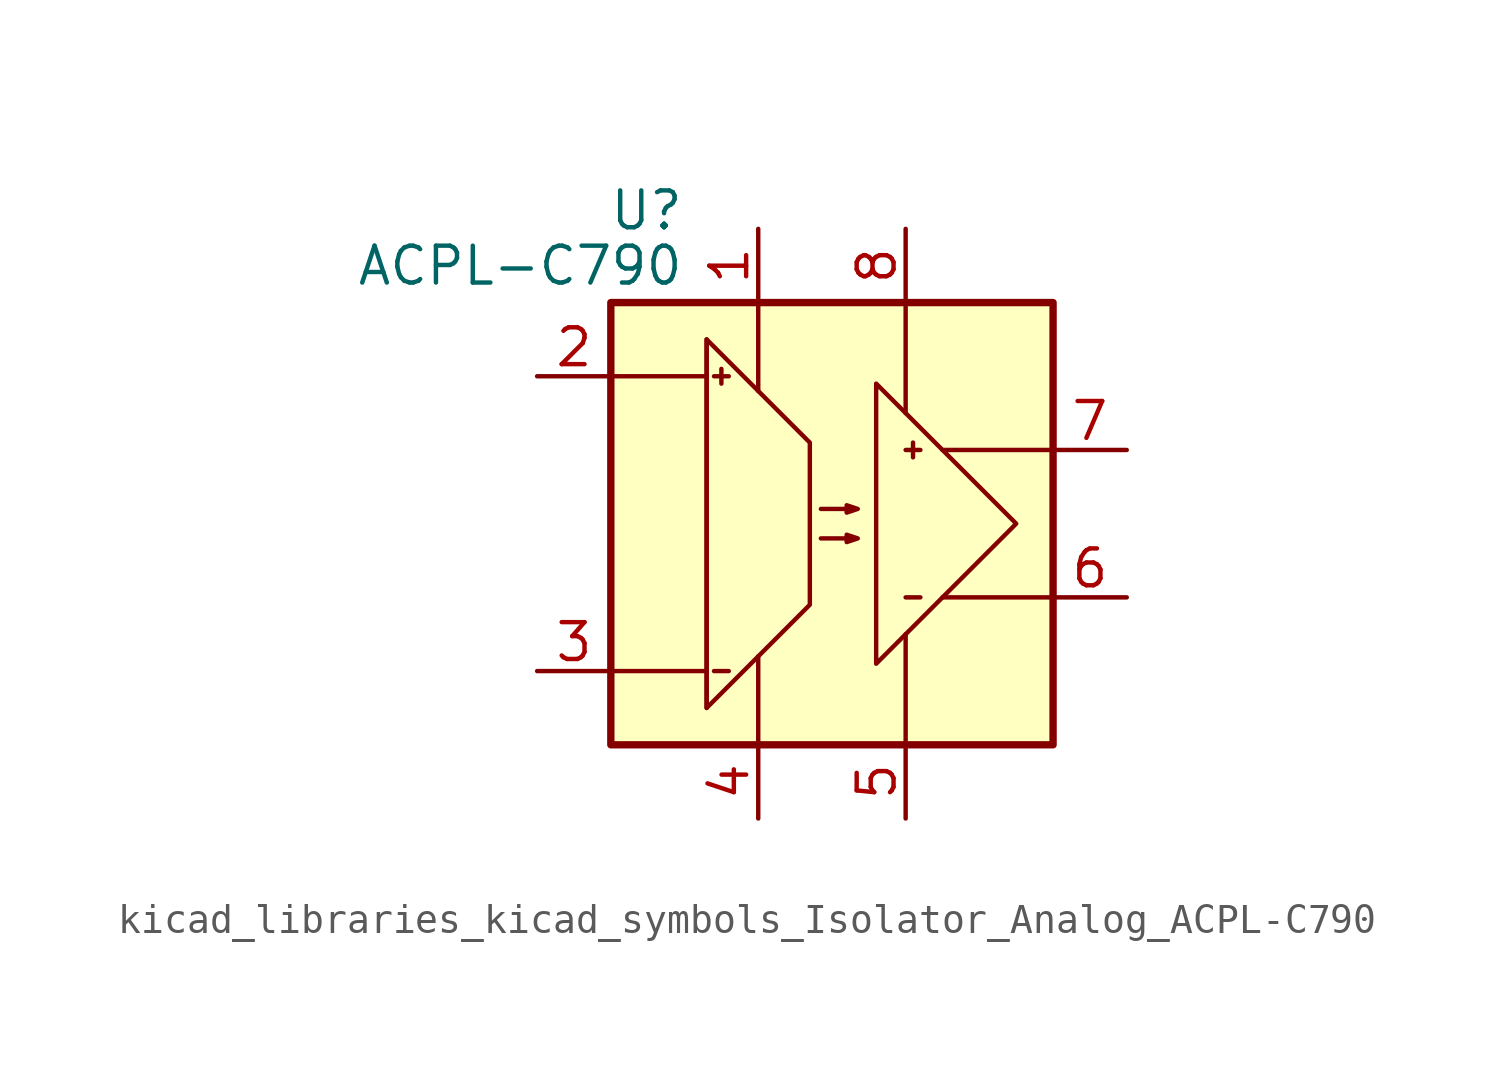
<source format=kicad_sym>
(kicad_symbol_lib
  (version 20220914)
  (generator kicad_symbol_editor)
  (symbol "kicad_libraries_kicad_symbols_Isolator_Analog_ACPL-C790"
    (pin_names
      (offset 0) hide)
    (property "Reference" "U"
      (at -5.08 10.795 0)
      (effects (font (size 1.27 1.27)) (justify right)))
    (property "Value" "ACPL-C790"
      (at -5.08 8.89 0)
      (effects (font (size 1.27 1.27)) (justify right)))
    (symbol "kicad_libraries_kicad_symbols_Isolator_Analog_ACPL-C790_0_1"
      (rectangle (start -7.62 7.62) (end 7.62 -7.62) (stroke (width 0.254) (type default)) (fill (type background)))
      (polyline (pts (xy -7.62 -5.08) (xy -4.318 -5.08)) (stroke (width 0) (type default)) (fill (type none)))
      (polyline (pts (xy -7.62 5.08) (xy -4.318 5.08)) (stroke (width 0) (type default)) (fill (type none)))
      (polyline (pts (xy -4.318 6.35) (xy -4.318 -6.35)) (stroke (width 0) (type default)) (fill (type none)))
      (polyline (pts (xy -4.064 -5.08) (xy -3.556 -5.08)) (stroke (width 0) (type default)) (fill (type none)))
      (polyline (pts (xy -4.064 5.08) (xy -3.556 5.08)) (stroke (width 0) (type default)) (fill (type none)))
      (polyline (pts (xy -3.81 5.334) (xy -3.81 4.826)) (stroke (width 0) (type default)) (fill (type none)))
      (polyline (pts (xy -2.54 -7.62) (xy -2.54 -4.572)) (stroke (width 0) (type default)) (fill (type none)))
      (polyline (pts (xy -2.54 7.62) (xy -2.54 4.572)) (stroke (width 0) (type default)) (fill (type none)))
      (polyline (pts (xy 2.54 -7.62) (xy 2.54 -3.81)) (stroke (width 0) (type default)) (fill (type none)))
      (polyline (pts (xy 2.54 7.62) (xy 2.54 3.81)) (stroke (width 0) (type default)) (fill (type none)))
      (polyline (pts (xy 2.794 2.794) (xy 2.794 2.286)) (stroke (width 0) (type default)) (fill (type none)))
      (polyline (pts (xy 3.048 -2.54) (xy 2.54 -2.54)) (stroke (width 0) (type default)) (fill (type none)))
      (polyline (pts (xy 3.048 2.54) (xy 2.54 2.54)) (stroke (width 0) (type default)) (fill (type none)))
      (polyline (pts (xy 7.62 -2.54) (xy 3.81 -2.54)) (stroke (width 0) (type default)) (fill (type none)))
      (polyline (pts (xy 7.62 2.54) (xy 3.81 2.54)) (stroke (width 0) (type default)) (fill (type none)))
      (polyline (pts (xy 6.35 0) (xy 1.524 -4.826) (xy 1.524 4.826) (xy 6.35 0)) (stroke (width 0) (type default)) (fill (type none)))
      (polyline (pts (xy -4.318 -6.35) (xy -0.762 -2.794) (xy -0.762 2.794) (xy -4.318 6.35) (xy -4.318 -6.35)) (stroke (width 0) (type default)) (fill (type none)))
      (polyline (pts (xy -0.381 -0.508) (xy 0.889 -0.508) (xy 0.508 -0.635) (xy 0.508 -0.381) (xy 0.889 -0.508)) (stroke (width 0) (type default)) (fill (type none)))
      (polyline (pts (xy -0.381 0.508) (xy 0.889 0.508) (xy 0.508 0.381) (xy 0.508 0.635) (xy 0.889 0.508)) (stroke (width 0) (type default)) (fill (type none))))
    (symbol "kicad_libraries_kicad_symbols_Isolator_Analog_ACPL-C790_1_1"
      (pin power_in line (at -2.54 10.16 270) (length 2.54) (name "VDD1" (effects (font (size 1.27 1.27)))) (number "1" (effects (font (size 1.27 1.27)))))
      (pin input line (at -10.16 5.08 0) (length 2.54) (name "IN+" (effects (font (size 1.27 1.27)))) (number "2" (effects (font (size 1.27 1.27)))))
      (pin input line (at -10.16 -5.08 0) (length 2.54) (name "IN-" (effects (font (size 1.27 1.27)))) (number "3" (effects (font (size 1.27 1.27)))))
      (pin power_in line (at -2.54 -10.16 90) (length 2.54) (name "GND1" (effects (font (size 1.27 1.27)))) (number "4" (effects (font (size 1.27 1.27)))))
      (pin power_in line (at 2.54 -10.16 90) (length 2.54) (name "GND2" (effects (font (size 1.27 1.27)))) (number "5" (effects (font (size 1.27 1.27)))))
      (pin output line (at 10.16 -2.54 180) (length 2.54) (name "OUT-" (effects (font (size 1.27 1.27)))) (number "6" (effects (font (size 1.27 1.27)))))
      (pin output line (at 10.16 2.54 180) (length 2.54) (name "OUT+" (effects (font (size 1.27 1.27)))) (number "7" (effects (font (size 1.27 1.27)))))
      (pin power_in line (at 2.54 10.16 270) (length 2.54) (name "VDD2" (effects (font (size 1.27 1.27)))) (number "8" (effects (font (size 1.27 1.27))))))))
</source>
